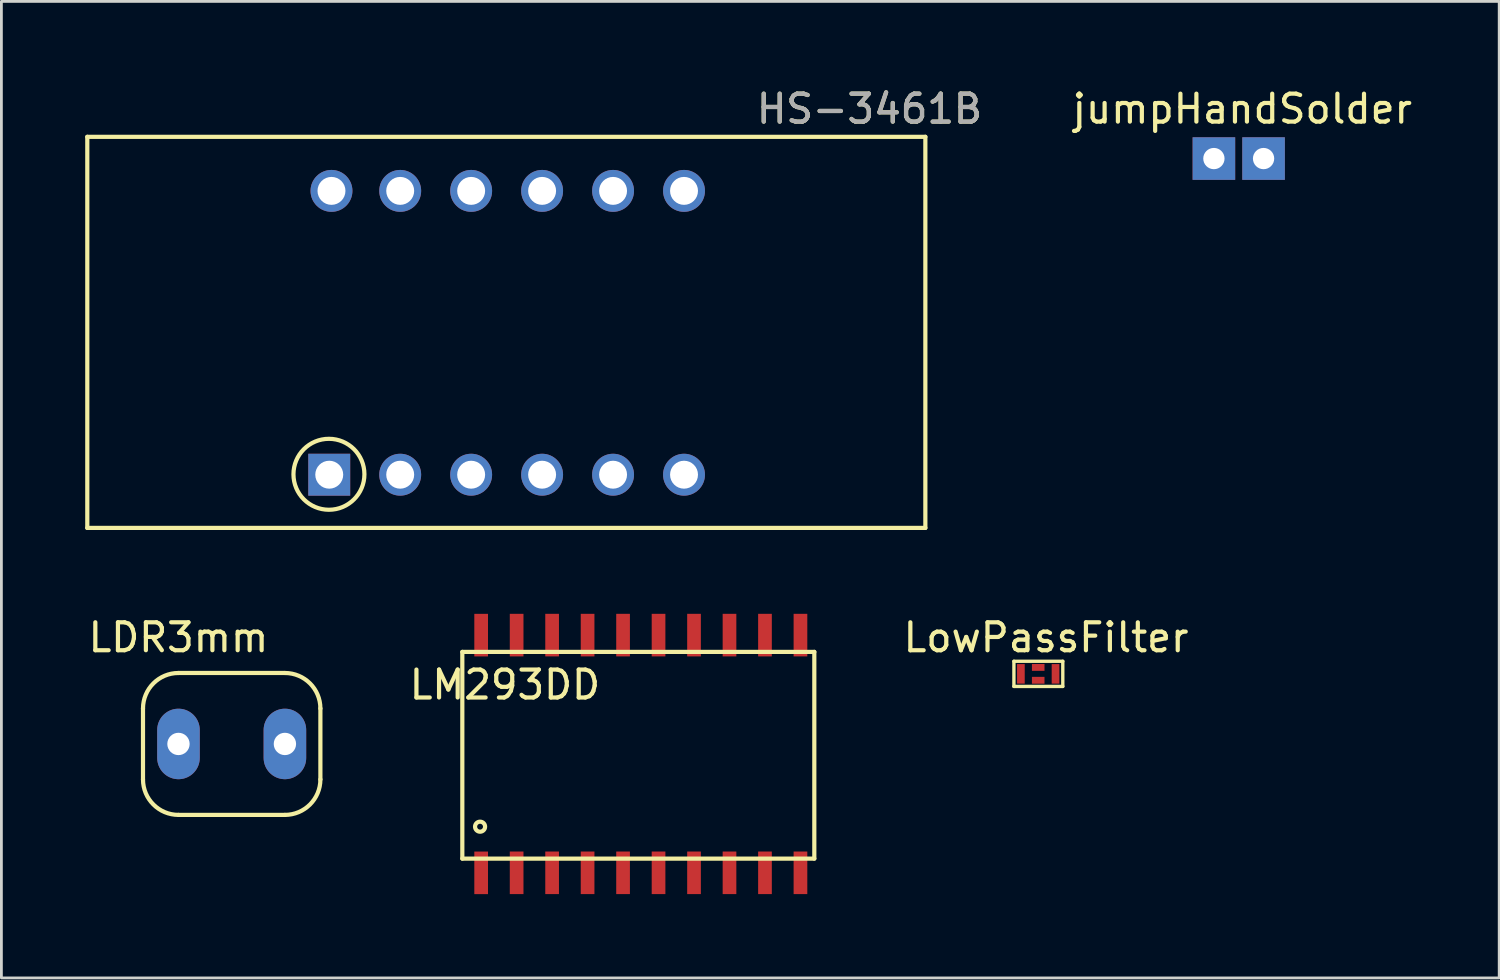
<source format=kicad_pcb>
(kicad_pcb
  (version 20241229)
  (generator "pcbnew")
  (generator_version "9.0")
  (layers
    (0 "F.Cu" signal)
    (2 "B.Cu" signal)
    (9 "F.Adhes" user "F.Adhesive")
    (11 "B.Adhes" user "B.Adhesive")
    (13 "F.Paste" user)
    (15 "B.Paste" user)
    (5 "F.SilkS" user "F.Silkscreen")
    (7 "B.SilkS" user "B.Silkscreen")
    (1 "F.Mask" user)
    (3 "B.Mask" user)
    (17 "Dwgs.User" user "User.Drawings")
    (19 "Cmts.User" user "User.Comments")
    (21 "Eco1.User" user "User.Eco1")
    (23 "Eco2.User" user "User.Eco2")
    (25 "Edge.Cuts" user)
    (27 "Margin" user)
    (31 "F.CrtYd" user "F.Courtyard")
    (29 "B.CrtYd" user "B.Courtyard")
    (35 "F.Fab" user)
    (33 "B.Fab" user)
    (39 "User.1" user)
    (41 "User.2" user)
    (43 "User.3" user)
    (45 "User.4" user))
  (footprint "LDR3mm"
    (layer "F.Cu")
    (at 3.339 23.581)
    (property "Reference" "LDR3mm" (at 0 -3.81 0) (layer "F.SilkS") (effects (font (size 1 1) (thickness 0.15))))
    (attr through_hole)
    (fp_line (start -1.27 1.27) (end -1.27 -1.27) (stroke (width 0.15) (type solid)) (layer "F.SilkS"))
    (fp_line (start 0 -2.54) (end 3.81 -2.54) (stroke (width 0.15) (type solid)) (layer "F.SilkS"))
    (fp_line (start 0 2.54) (end 3.81 2.54) (stroke (width 0.15) (type solid)) (layer "F.SilkS"))
    (fp_line (start 5.08 1.27) (end 5.08 -1.27) (stroke (width 0.15) (type solid)) (layer "F.SilkS"))
    (fp_arc (start -1.27 -1.27) (mid -0.898026 -2.168026) (end 0 -2.54) (stroke (width 0.15) (type solid)) (layer "F.SilkS"))
    (fp_arc (start 0 2.54) (mid -0.898026 2.168026) (end -1.27 1.27) (stroke (width 0.15) (type solid)) (layer "F.SilkS"))
    (fp_arc (start 3.81 -2.54) (mid 4.708026 -2.168026) (end 5.08 -1.27) (stroke (width 0.15) (type solid)) (layer "F.SilkS"))
    (fp_arc (start 5.08 1.27) (mid 4.708026 2.168026) (end 3.81 2.54) (stroke (width 0.15) (type solid)) (layer "F.SilkS"))
    (pad "1" thru_hole oval (at 0 0) (size 1.524 2.524) (drill 0.8) (layers "*.Cu" "*.Mask"))
    (pad "2" thru_hole oval (at 3.81 0) (size 1.524 2.524) (drill 0.8) (layers "*.Cu" "*.Mask")))
  (footprint "LM293DD"
    (layer "F.Cu")
    (at 13.5 27.686)
    (property "Reference" "LM293DD" (at 1.524 -6.223 0) (layer "F.SilkS") (effects (font (size 1 1) (thickness 0.15))))
    (attr through_hole)
    (fp_line (start 0 -7.4) (end 12.6 -7.4) (stroke (width 0.15) (type solid)) (layer "F.SilkS"))
    (fp_line (start 0 0) (end 0 -7.4) (stroke (width 0.15) (type solid)) (layer "F.SilkS"))
    (fp_line (start 0 0) (end 12.6 0) (stroke (width 0.15) (type solid)) (layer "F.SilkS"))
    (fp_line (start 12.6 -7.4) (end 12.6 0) (stroke (width 0.15) (type solid)) (layer "F.SilkS"))
    (fp_circle (center 0.635 -1.143) (end 0.762 -1.27) (stroke (width 0.15) (type solid)) (fill no) (layer "F.SilkS"))
    (pad "1A" smd rect (at 1.944 0.508) (size 0.49 1.524) (layers "F.Cu" "F.Mask" "F.Paste"))
    (pad "1B" smd rect (at 1.944 -8.001) (size 0.49 1.524) (layers "F.Cu" "F.Mask" "F.Paste"))
    (pad "2A" smd rect (at 10.834 0.508) (size 0.49 1.524) (layers "F.Cu" "F.Mask" "F.Paste"))
    (pad "2B" smd rect (at 10.834 -8.001) (size 0.49 1.524) (layers "F.Cu" "F.Mask" "F.Paste"))
    (pad "EN1" smd rect (at 0.674 0.509) (size 0.49 1.524) (layers "F.Cu" "F.Mask" "F.Paste"))
    (pad "EN2" smd rect (at 12.104 -8.001) (size 0.49 1.524) (layers "F.Cu" "F.Mask" "F.Paste"))
    (pad "GND" smd rect (at 4.484 -8.001) (size 0.49 1.524) (layers "F.Cu" "F.Mask" "F.Paste"))
    (pad "GND" smd rect (at 4.484 0.508) (size 0.49 1.524) (layers "F.Cu" "F.Mask" "F.Paste"))
    (pad "GND" smd rect (at 5.754 -8.001) (size 0.49 1.524) (layers "F.Cu" "F.Mask" "F.Paste"))
    (pad "GND" smd rect (at 5.754 0.508) (size 0.49 1.524) (layers "F.Cu" "F.Mask" "F.Paste"))
    (pad "GND" smd rect (at 7.024 -8.001) (size 0.49 1.524) (layers "F.Cu" "F.Mask" "F.Paste"))
    (pad "GND" smd rect (at 7.024 0.508) (size 0.49 1.524) (layers "F.Cu" "F.Mask" "F.Paste"))
    (pad "GND" smd rect (at 8.294 -8.001) (size 0.49 1.524) (layers "F.Cu" "F.Mask" "F.Paste"))
    (pad "GND" smd rect (at 8.294 0.508) (size 0.49 1.524) (layers "F.Cu" "F.Mask" "F.Paste"))
    (pad "MA1" smd rect (at 3.214 0.508) (size 0.49 1.524) (layers "F.Cu" "F.Mask" "F.Paste"))
    (pad "MA2" smd rect (at 9.564 0.508) (size 0.49 1.524) (layers "F.Cu" "F.Mask" "F.Paste"))
    (pad "MB1" smd rect (at 3.214 -8.001) (size 0.49 1.524) (layers "F.Cu" "F.Mask" "F.Paste"))
    (pad "MB2" smd rect (at 9.564 -8.001) (size 0.49 1.524) (layers "F.Cu" "F.Mask" "F.Paste"))
    (pad "VS" smd rect (at 12.104 0.508) (size 0.49 1.524) (layers "F.Cu" "F.Mask" "F.Paste"))
    (pad "VSS" smd rect (at 0.674 -8) (size 0.49 1.524) (layers "F.Cu" "F.Mask" "F.Paste")))
  (footprint "HS-3461B"
    (layer "F.Cu")
    (at 15.075 8.848)
    (property "Reference" "HS-3461B" (at 13 -8 0) (layer "F.SilkS") (effects (font (size 1 1) (thickness 0.15))))
    (attr through_hole)
    (fp_line (start -15 -7) (end -15 7) (stroke (width 0.15) (type solid)) (layer "F.SilkS"))
    (fp_line (start -15 7) (end 15 7) (stroke (width 0.15) (type solid)) (layer "F.SilkS"))
    (fp_line (start 15 -7) (end -15 -7) (stroke (width 0.15) (type solid)) (layer "F.SilkS"))
    (fp_line (start 15 7) (end 15 -7) (stroke (width 0.15) (type solid)) (layer "F.SilkS"))
    (fp_circle (center -6.35 5.08) (end -7.62 5.08) (stroke (width 0.15) (type solid)) (fill no) (layer "F.SilkS"))
    (fp_text user "${REFERENCE}" (at 13 -8 180) (layer "F.Fab") (effects (font (size 1 1) (thickness 0.15))))
    (pad "1" thru_hole rect (at -6.339 5.095 90) (size 1.5 1.5) (drill 1) (layers "*.Cu" "*.Mask"))
    (pad "2" thru_hole circle (at -3.799 5.095 90) (size 1.5 1.5) (drill 1) (layers "*.Cu" "*.Mask"))
    (pad "3" thru_hole circle (at -1.259 5.095 90) (size 1.5 1.5) (drill 1) (layers "*.Cu" "*.Mask"))
    (pad "4" thru_hole circle (at 1.281 5.095 90) (size 1.5 1.5) (drill 1) (layers "*.Cu" "*.Mask"))
    (pad "5" thru_hole circle (at 3.821 5.095 90) (size 1.5 1.5) (drill 1) (layers "*.Cu" "*.Mask"))
    (pad "6" thru_hole circle (at 6.361 5.095 90) (size 1.5 1.5) (drill 1) (layers "*.Cu" "*.Mask"))
    (pad "7" thru_hole circle (at 6.361 -5.065 90) (size 1.5 1.5) (drill 1) (layers "*.Cu" "*.Mask"))
    (pad "8" thru_hole circle (at 3.821 -5.065 90) (size 1.5 1.5) (drill 1) (layers "*.Cu" "*.Mask"))
    (pad "9" thru_hole circle (at 1.281 -5.065 90) (size 1.5 1.5) (drill 1) (layers "*.Cu" "*.Mask"))
    (pad "10" thru_hole circle (at -1.259 -5.065 90) (size 1.5 1.5) (drill 1) (layers "*.Cu" "*.Mask"))
    (pad "11" thru_hole circle (at -3.799 -5.065 90) (size 1.5 1.5) (drill 1) (layers "*.Cu" "*.Mask"))
    (pad "12" thru_hole circle (at -6.259 -5.065 90) (size 1.5 1.5) (drill 1) (layers "*.Cu" "*.Mask")))
  (footprint "LowPassFilter"
    (layer "F.Cu")
    (at 33.495 21.072)
    (property "Reference" "LowPassFilter" (at 0.9 -1.3 0) (layer "F.SilkS") (effects (font (size 1 1) (thickness 0.15))))
    (attr through_hole)
    (fp_line (start -0.25 -0.45) (end -0.25 0.45) (stroke (width 0.12) (type solid)) (layer "F.SilkS"))
    (fp_line (start 1.5 -0.45) (end -0.25 -0.45) (stroke (width 0.12) (type solid)) (layer "F.SilkS"))
    (fp_line (start 1.5 -0.45) (end 1.5 0.45) (stroke (width 0.12) (type solid)) (layer "F.SilkS"))
    (fp_line (start 1.5 0.45) (end -0.25 0.45) (stroke (width 0.12) (type solid)) (layer "F.SilkS"))
    (pad "1" smd rect (at 0 0 90) (size 0.7 0.275) (layers "F.Cu" "F.Mask" "F.Paste"))
    (pad "2" smd rect (at 0.62 0.23) (size 0.45 0.245) (layers "F.Cu" "F.Mask" "F.Paste"))
    (pad "3" smd rect (at 1.24 0 90) (size 0.7 0.275) (layers "F.Cu" "F.Mask" "F.Paste"))
    (pad "4" smd rect (at 0.62 -0.23) (size 0.45 0.245) (layers "F.Cu" "F.Mask" "F.Paste")))
  (footprint "jumpHandSolder"
    (layer "F.Cu")
    (at 40.404 2.626)
    (property "Reference" "jumpHandSolder" (at 1.016 -1.778 0) (layer "F.SilkS") (effects (font (size 1 1) (thickness 0.15))))
    (attr through_hole)
    (pad "1" thru_hole rect (at 0 0) (size 1.524 1.524) (drill 0.762) (layers "*.Cu" "*.Mask"))
    (pad "2" thru_hole rect (at 1.778 0) (size 1.524 1.524) (drill 0.762) (layers "*.Cu" "*.Mask")))
  (gr_rect
    (start -3 -3)
    (end 50.617 31.957)
    (stroke (width 0.1) (type default))
    (fill no)
    (layer "Edge.Cuts")))
</source>
